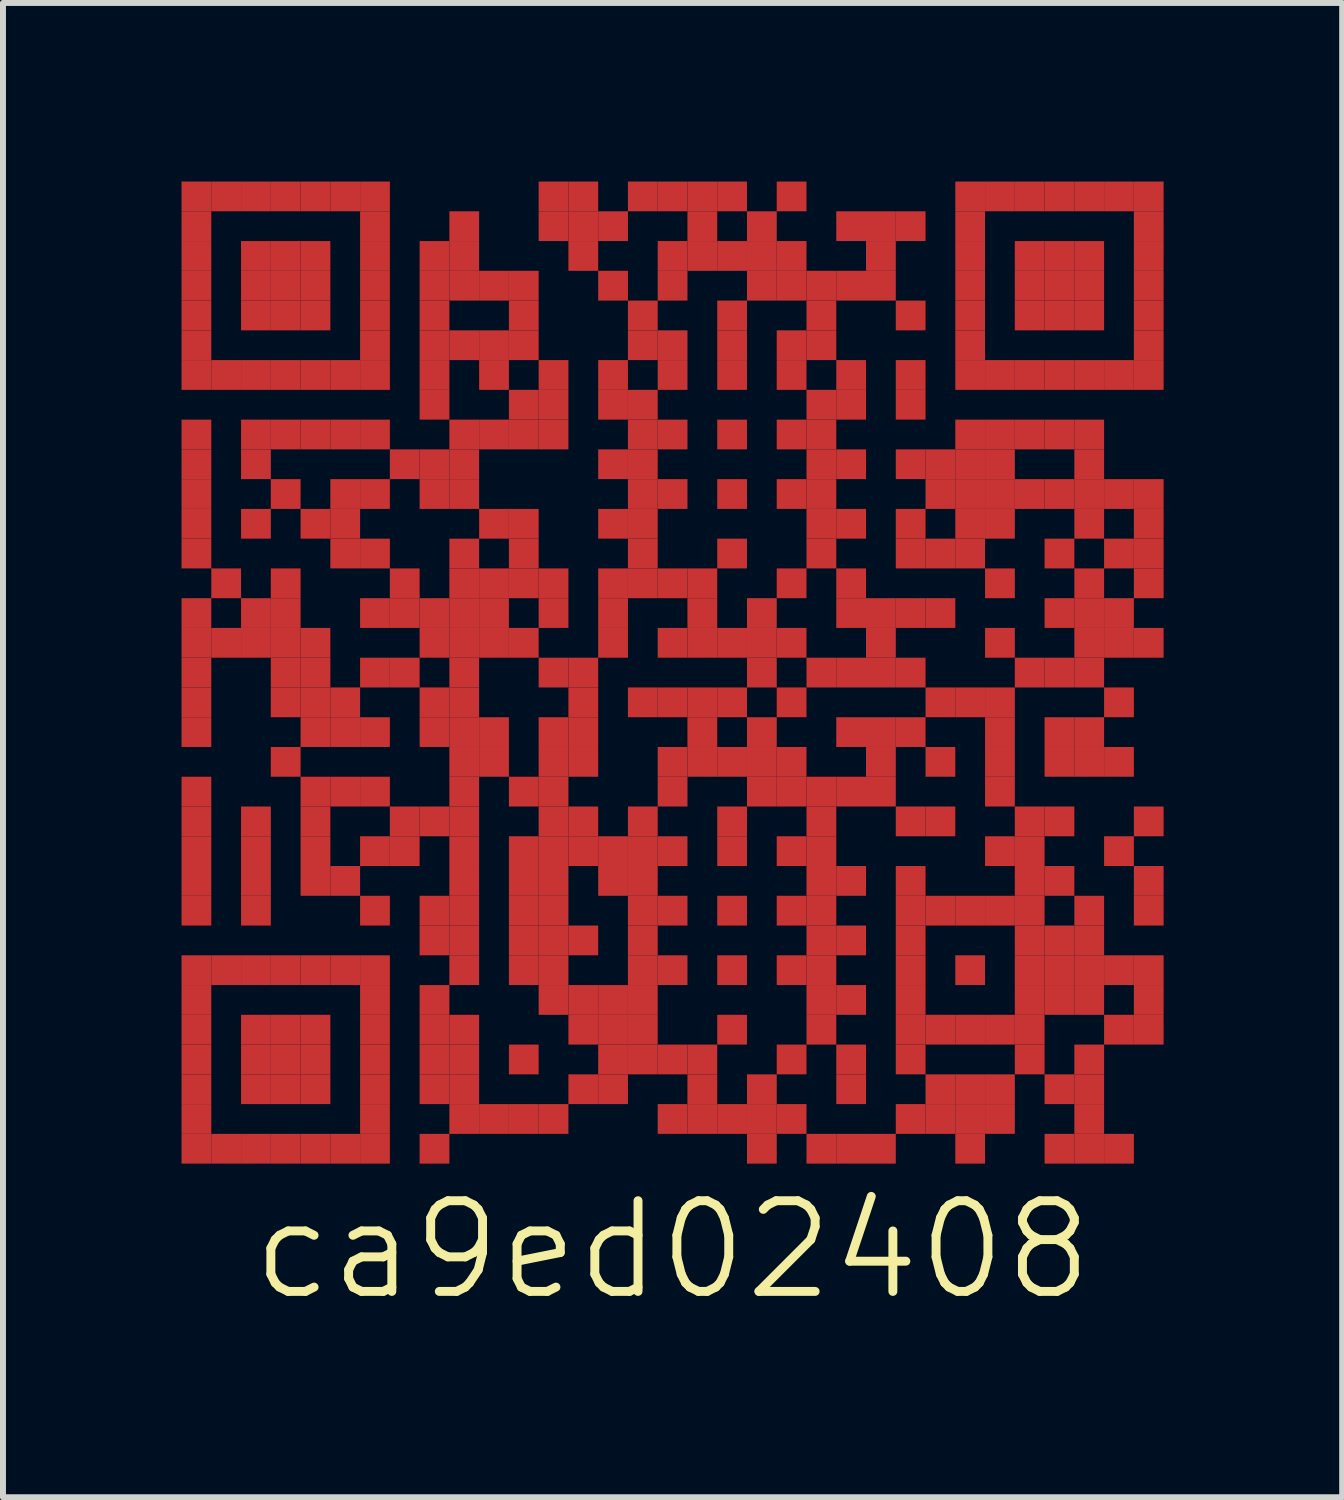
<source format=kicad_pcb>
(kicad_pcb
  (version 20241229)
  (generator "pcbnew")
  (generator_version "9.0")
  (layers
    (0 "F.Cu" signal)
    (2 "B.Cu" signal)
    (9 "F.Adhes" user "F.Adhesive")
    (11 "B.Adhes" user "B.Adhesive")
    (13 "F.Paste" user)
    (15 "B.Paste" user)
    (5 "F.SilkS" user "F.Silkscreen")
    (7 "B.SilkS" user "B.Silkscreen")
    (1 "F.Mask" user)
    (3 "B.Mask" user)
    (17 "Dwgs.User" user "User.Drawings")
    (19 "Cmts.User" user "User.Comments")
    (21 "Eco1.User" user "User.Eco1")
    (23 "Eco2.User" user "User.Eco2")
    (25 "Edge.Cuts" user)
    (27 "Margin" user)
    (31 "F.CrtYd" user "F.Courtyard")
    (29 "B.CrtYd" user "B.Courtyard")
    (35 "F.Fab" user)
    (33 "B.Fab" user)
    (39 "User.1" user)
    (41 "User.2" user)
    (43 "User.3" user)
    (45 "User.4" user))
  (footprint "ca9ed02408"
    (layer "F.Cu")
    (at 8.25 8.25)
    (property "Reference" "ca9ed02408" (at 0 9.7 0) (layer "F.SilkS") (effects (font (size 1.524 1.524) (thickness 0.15))))
    (attr through_hole)
    (pad "1" smd rect (at -8 -8) (size 0.5 0.5) (layers "F.Cu" "F.Mask"))
    (pad "1" smd rect (at -8 -7.5) (size 0.5 0.5) (layers "F.Cu" "F.Mask"))
    (pad "1" smd rect (at -8 -7) (size 0.5 0.5) (layers "F.Cu" "F.Mask"))
    (pad "1" smd rect (at -8 -6.5) (size 0.5 0.5) (layers "F.Cu" "F.Mask"))
    (pad "1" smd rect (at -8 -6) (size 0.5 0.5) (layers "F.Cu" "F.Mask"))
    (pad "1" smd rect (at -8 -5.5) (size 0.5 0.5) (layers "F.Cu" "F.Mask"))
    (pad "1" smd rect (at -8 -5) (size 0.5 0.5) (layers "F.Cu" "F.Mask"))
    (pad "1" smd rect (at -8 -4) (size 0.5 0.5) (layers "F.Cu" "F.Mask"))
    (pad "1" smd rect (at -8 -3.5) (size 0.5 0.5) (layers "F.Cu" "F.Mask"))
    (pad "1" smd rect (at -8 -3) (size 0.5 0.5) (layers "F.Cu" "F.Mask"))
    (pad "1" smd rect (at -8 -2.5) (size 0.5 0.5) (layers "F.Cu" "F.Mask"))
    (pad "1" smd rect (at -8 -2) (size 0.5 0.5) (layers "F.Cu" "F.Mask"))
    (pad "1" smd rect (at -8 -1) (size 0.5 0.5) (layers "F.Cu" "F.Mask"))
    (pad "1" smd rect (at -8 -0.5) (size 0.5 0.5) (layers "F.Cu" "F.Mask"))
    (pad "1" smd rect (at -8 0) (size 0.5 0.5) (layers "F.Cu" "F.Mask"))
    (pad "1" smd rect (at -8 0.5) (size 0.5 0.5) (layers "F.Cu" "F.Mask"))
    (pad "1" smd rect (at -8 1) (size 0.5 0.5) (layers "F.Cu" "F.Mask"))
    (pad "1" smd rect (at -8 2) (size 0.5 0.5) (layers "F.Cu" "F.Mask"))
    (pad "1" smd rect (at -8 2.5) (size 0.5 0.5) (layers "F.Cu" "F.Mask"))
    (pad "1" smd rect (at -8 3) (size 0.5 0.5) (layers "F.Cu" "F.Mask"))
    (pad "1" smd rect (at -8 3.5) (size 0.5 0.5) (layers "F.Cu" "F.Mask"))
    (pad "1" smd rect (at -8 4) (size 0.5 0.5) (layers "F.Cu" "F.Mask"))
    (pad "1" smd rect (at -8 5) (size 0.5 0.5) (layers "F.Cu" "F.Mask"))
    (pad "1" smd rect (at -8 5.5) (size 0.5 0.5) (layers "F.Cu" "F.Mask"))
    (pad "1" smd rect (at -8 6) (size 0.5 0.5) (layers "F.Cu" "F.Mask"))
    (pad "1" smd rect (at -8 6.5) (size 0.5 0.5) (layers "F.Cu" "F.Mask"))
    (pad "1" smd rect (at -8 7) (size 0.5 0.5) (layers "F.Cu" "F.Mask"))
    (pad "1" smd rect (at -8 7.5) (size 0.5 0.5) (layers "F.Cu" "F.Mask"))
    (pad "1" smd rect (at -8 8) (size 0.5 0.5) (layers "F.Cu" "F.Mask"))
    (pad "1" smd rect (at -7.5 -8) (size 0.5 0.5) (layers "F.Cu" "F.Mask"))
    (pad "1" smd rect (at -7.5 -5) (size 0.5 0.5) (layers "F.Cu" "F.Mask"))
    (pad "1" smd rect (at -7.5 -1.5) (size 0.5 0.5) (layers "F.Cu" "F.Mask"))
    (pad "1" smd rect (at -7.5 -0.5) (size 0.5 0.5) (layers "F.Cu" "F.Mask"))
    (pad "1" smd rect (at -7.5 5) (size 0.5 0.5) (layers "F.Cu" "F.Mask"))
    (pad "1" smd rect (at -7.5 8) (size 0.5 0.5) (layers "F.Cu" "F.Mask"))
    (pad "1" smd rect (at -7 -8) (size 0.5 0.5) (layers "F.Cu" "F.Mask"))
    (pad "1" smd rect (at -7 -7) (size 0.5 0.5) (layers "F.Cu" "F.Mask"))
    (pad "1" smd rect (at -7 -6.5) (size 0.5 0.5) (layers "F.Cu" "F.Mask"))
    (pad "1" smd rect (at -7 -6) (size 0.5 0.5) (layers "F.Cu" "F.Mask"))
    (pad "1" smd rect (at -7 -5) (size 0.5 0.5) (layers "F.Cu" "F.Mask"))
    (pad "1" smd rect (at -7 -4) (size 0.5 0.5) (layers "F.Cu" "F.Mask"))
    (pad "1" smd rect (at -7 -3.5) (size 0.5 0.5) (layers "F.Cu" "F.Mask"))
    (pad "1" smd rect (at -7 -2.5) (size 0.5 0.5) (layers "F.Cu" "F.Mask"))
    (pad "1" smd rect (at -7 -1) (size 0.5 0.5) (layers "F.Cu" "F.Mask"))
    (pad "1" smd rect (at -7 -0.5) (size 0.5 0.5) (layers "F.Cu" "F.Mask"))
    (pad "1" smd rect (at -7 2.5) (size 0.5 0.5) (layers "F.Cu" "F.Mask"))
    (pad "1" smd rect (at -7 3) (size 0.5 0.5) (layers "F.Cu" "F.Mask"))
    (pad "1" smd rect (at -7 3.5) (size 0.5 0.5) (layers "F.Cu" "F.Mask"))
    (pad "1" smd rect (at -7 4) (size 0.5 0.5) (layers "F.Cu" "F.Mask"))
    (pad "1" smd rect (at -7 5) (size 0.5 0.5) (layers "F.Cu" "F.Mask"))
    (pad "1" smd rect (at -7 6) (size 0.5 0.5) (layers "F.Cu" "F.Mask"))
    (pad "1" smd rect (at -7 6.5) (size 0.5 0.5) (layers "F.Cu" "F.Mask"))
    (pad "1" smd rect (at -7 7) (size 0.5 0.5) (layers "F.Cu" "F.Mask"))
    (pad "1" smd rect (at -7 8) (size 0.5 0.5) (layers "F.Cu" "F.Mask"))
    (pad "1" smd rect (at -6.5 -8) (size 0.5 0.5) (layers "F.Cu" "F.Mask"))
    (pad "1" smd rect (at -6.5 -7) (size 0.5 0.5) (layers "F.Cu" "F.Mask"))
    (pad "1" smd rect (at -6.5 -6.5) (size 0.5 0.5) (layers "F.Cu" "F.Mask"))
    (pad "1" smd rect (at -6.5 -6) (size 0.5 0.5) (layers "F.Cu" "F.Mask"))
    (pad "1" smd rect (at -6.5 -5) (size 0.5 0.5) (layers "F.Cu" "F.Mask"))
    (pad "1" smd rect (at -6.5 -4) (size 0.5 0.5) (layers "F.Cu" "F.Mask"))
    (pad "1" smd rect (at -6.5 -3) (size 0.5 0.5) (layers "F.Cu" "F.Mask"))
    (pad "1" smd rect (at -6.5 -1.5) (size 0.5 0.5) (layers "F.Cu" "F.Mask"))
    (pad "1" smd rect (at -6.5 -1) (size 0.5 0.5) (layers "F.Cu" "F.Mask"))
    (pad "1" smd rect (at -6.5 -0.5) (size 0.5 0.5) (layers "F.Cu" "F.Mask"))
    (pad "1" smd rect (at -6.5 0) (size 0.5 0.5) (layers "F.Cu" "F.Mask"))
    (pad "1" smd rect (at -6.5 0.5) (size 0.5 0.5) (layers "F.Cu" "F.Mask"))
    (pad "1" smd rect (at -6.5 1.5) (size 0.5 0.5) (layers "F.Cu" "F.Mask"))
    (pad "1" smd rect (at -6.5 5) (size 0.5 0.5) (layers "F.Cu" "F.Mask"))
    (pad "1" smd rect (at -6.5 6) (size 0.5 0.5) (layers "F.Cu" "F.Mask"))
    (pad "1" smd rect (at -6.5 6.5) (size 0.5 0.5) (layers "F.Cu" "F.Mask"))
    (pad "1" smd rect (at -6.5 7) (size 0.5 0.5) (layers "F.Cu" "F.Mask"))
    (pad "1" smd rect (at -6.5 8) (size 0.5 0.5) (layers "F.Cu" "F.Mask"))
    (pad "1" smd rect (at -6 -8) (size 0.5 0.5) (layers "F.Cu" "F.Mask"))
    (pad "1" smd rect (at -6 -7) (size 0.5 0.5) (layers "F.Cu" "F.Mask"))
    (pad "1" smd rect (at -6 -6.5) (size 0.5 0.5) (layers "F.Cu" "F.Mask"))
    (pad "1" smd rect (at -6 -6) (size 0.5 0.5) (layers "F.Cu" "F.Mask"))
    (pad "1" smd rect (at -6 -5) (size 0.5 0.5) (layers "F.Cu" "F.Mask"))
    (pad "1" smd rect (at -6 -4) (size 0.5 0.5) (layers "F.Cu" "F.Mask"))
    (pad "1" smd rect (at -6 -2.5) (size 0.5 0.5) (layers "F.Cu" "F.Mask"))
    (pad "1" smd rect (at -6 -0.5) (size 0.5 0.5) (layers "F.Cu" "F.Mask"))
    (pad "1" smd rect (at -6 0) (size 0.5 0.5) (layers "F.Cu" "F.Mask"))
    (pad "1" smd rect (at -6 0.5) (size 0.5 0.5) (layers "F.Cu" "F.Mask"))
    (pad "1" smd rect (at -6 1) (size 0.5 0.5) (layers "F.Cu" "F.Mask"))
    (pad "1" smd rect (at -6 2) (size 0.5 0.5) (layers "F.Cu" "F.Mask"))
    (pad "1" smd rect (at -6 2.5) (size 0.5 0.5) (layers "F.Cu" "F.Mask"))
    (pad "1" smd rect (at -6 3) (size 0.5 0.5) (layers "F.Cu" "F.Mask"))
    (pad "1" smd rect (at -6 3.5) (size 0.5 0.5) (layers "F.Cu" "F.Mask"))
    (pad "1" smd rect (at -6 5) (size 0.5 0.5) (layers "F.Cu" "F.Mask"))
    (pad "1" smd rect (at -6 6) (size 0.5 0.5) (layers "F.Cu" "F.Mask"))
    (pad "1" smd rect (at -6 6.5) (size 0.5 0.5) (layers "F.Cu" "F.Mask"))
    (pad "1" smd rect (at -6 7) (size 0.5 0.5) (layers "F.Cu" "F.Mask"))
    (pad "1" smd rect (at -6 8) (size 0.5 0.5) (layers "F.Cu" "F.Mask"))
    (pad "1" smd rect (at -5.5 -8) (size 0.5 0.5) (layers "F.Cu" "F.Mask"))
    (pad "1" smd rect (at -5.5 -5) (size 0.5 0.5) (layers "F.Cu" "F.Mask"))
    (pad "1" smd rect (at -5.5 -4) (size 0.5 0.5) (layers "F.Cu" "F.Mask"))
    (pad "1" smd rect (at -5.5 -3) (size 0.5 0.5) (layers "F.Cu" "F.Mask"))
    (pad "1" smd rect (at -5.5 -2.5) (size 0.5 0.5) (layers "F.Cu" "F.Mask"))
    (pad "1" smd rect (at -5.5 -2) (size 0.5 0.5) (layers "F.Cu" "F.Mask"))
    (pad "1" smd rect (at -5.5 0.5) (size 0.5 0.5) (layers "F.Cu" "F.Mask"))
    (pad "1" smd rect (at -5.5 1) (size 0.5 0.5) (layers "F.Cu" "F.Mask"))
    (pad "1" smd rect (at -5.5 2) (size 0.5 0.5) (layers "F.Cu" "F.Mask"))
    (pad "1" smd rect (at -5.5 3.5) (size 0.5 0.5) (layers "F.Cu" "F.Mask"))
    (pad "1" smd rect (at -5.5 5) (size 0.5 0.5) (layers "F.Cu" "F.Mask"))
    (pad "1" smd rect (at -5.5 8) (size 0.5 0.5) (layers "F.Cu" "F.Mask"))
    (pad "1" smd rect (at -5 -8) (size 0.5 0.5) (layers "F.Cu" "F.Mask"))
    (pad "1" smd rect (at -5 -7.5) (size 0.5 0.5) (layers "F.Cu" "F.Mask"))
    (pad "1" smd rect (at -5 -7) (size 0.5 0.5) (layers "F.Cu" "F.Mask"))
    (pad "1" smd rect (at -5 -6.5) (size 0.5 0.5) (layers "F.Cu" "F.Mask"))
    (pad "1" smd rect (at -5 -6) (size 0.5 0.5) (layers "F.Cu" "F.Mask"))
    (pad "1" smd rect (at -5 -5.5) (size 0.5 0.5) (layers "F.Cu" "F.Mask"))
    (pad "1" smd rect (at -5 -5) (size 0.5 0.5) (layers "F.Cu" "F.Mask"))
    (pad "1" smd rect (at -5 -4) (size 0.5 0.5) (layers "F.Cu" "F.Mask"))
    (pad "1" smd rect (at -5 -3) (size 0.5 0.5) (layers "F.Cu" "F.Mask"))
    (pad "1" smd rect (at -5 -2) (size 0.5 0.5) (layers "F.Cu" "F.Mask"))
    (pad "1" smd rect (at -5 -1) (size 0.5 0.5) (layers "F.Cu" "F.Mask"))
    (pad "1" smd rect (at -5 0) (size 0.5 0.5) (layers "F.Cu" "F.Mask"))
    (pad "1" smd rect (at -5 1) (size 0.5 0.5) (layers "F.Cu" "F.Mask"))
    (pad "1" smd rect (at -5 2) (size 0.5 0.5) (layers "F.Cu" "F.Mask"))
    (pad "1" smd rect (at -5 3) (size 0.5 0.5) (layers "F.Cu" "F.Mask"))
    (pad "1" smd rect (at -5 4) (size 0.5 0.5) (layers "F.Cu" "F.Mask"))
    (pad "1" smd rect (at -5 5) (size 0.5 0.5) (layers "F.Cu" "F.Mask"))
    (pad "1" smd rect (at -5 5.5) (size 0.5 0.5) (layers "F.Cu" "F.Mask"))
    (pad "1" smd rect (at -5 6) (size 0.5 0.5) (layers "F.Cu" "F.Mask"))
    (pad "1" smd rect (at -5 6.5) (size 0.5 0.5) (layers "F.Cu" "F.Mask"))
    (pad "1" smd rect (at -5 7) (size 0.5 0.5) (layers "F.Cu" "F.Mask"))
    (pad "1" smd rect (at -5 7.5) (size 0.5 0.5) (layers "F.Cu" "F.Mask"))
    (pad "1" smd rect (at -5 8) (size 0.5 0.5) (layers "F.Cu" "F.Mask"))
    (pad "1" smd rect (at -4.5 -3.5) (size 0.5 0.5) (layers "F.Cu" "F.Mask"))
    (pad "1" smd rect (at -4.5 -1.5) (size 0.5 0.5) (layers "F.Cu" "F.Mask"))
    (pad "1" smd rect (at -4.5 -1) (size 0.5 0.5) (layers "F.Cu" "F.Mask"))
    (pad "1" smd rect (at -4.5 0) (size 0.5 0.5) (layers "F.Cu" "F.Mask"))
    (pad "1" smd rect (at -4.5 2.5) (size 0.5 0.5) (layers "F.Cu" "F.Mask"))
    (pad "1" smd rect (at -4.5 3) (size 0.5 0.5) (layers "F.Cu" "F.Mask"))
    (pad "1" smd rect (at -4 -7) (size 0.5 0.5) (layers "F.Cu" "F.Mask"))
    (pad "1" smd rect (at -4 -6.5) (size 0.5 0.5) (layers "F.Cu" "F.Mask"))
    (pad "1" smd rect (at -4 -6) (size 0.5 0.5) (layers "F.Cu" "F.Mask"))
    (pad "1" smd rect (at -4 -5.5) (size 0.5 0.5) (layers "F.Cu" "F.Mask"))
    (pad "1" smd rect (at -4 -5) (size 0.5 0.5) (layers "F.Cu" "F.Mask"))
    (pad "1" smd rect (at -4 -4.5) (size 0.5 0.5) (layers "F.Cu" "F.Mask"))
    (pad "1" smd rect (at -4 -3.5) (size 0.5 0.5) (layers "F.Cu" "F.Mask"))
    (pad "1" smd rect (at -4 -3) (size 0.5 0.5) (layers "F.Cu" "F.Mask"))
    (pad "1" smd rect (at -4 -1) (size 0.5 0.5) (layers "F.Cu" "F.Mask"))
    (pad "1" smd rect (at -4 -0.5) (size 0.5 0.5) (layers "F.Cu" "F.Mask"))
    (pad "1" smd rect (at -4 0.5) (size 0.5 0.5) (layers "F.Cu" "F.Mask"))
    (pad "1" smd rect (at -4 1) (size 0.5 0.5) (layers "F.Cu" "F.Mask"))
    (pad "1" smd rect (at -4 2.5) (size 0.5 0.5) (layers "F.Cu" "F.Mask"))
    (pad "1" smd rect (at -4 4) (size 0.5 0.5) (layers "F.Cu" "F.Mask"))
    (pad "1" smd rect (at -4 4.5) (size 0.5 0.5) (layers "F.Cu" "F.Mask"))
    (pad "1" smd rect (at -4 5.5) (size 0.5 0.5) (layers "F.Cu" "F.Mask"))
    (pad "1" smd rect (at -4 6) (size 0.5 0.5) (layers "F.Cu" "F.Mask"))
    (pad "1" smd rect (at -4 6.5) (size 0.5 0.5) (layers "F.Cu" "F.Mask"))
    (pad "1" smd rect (at -4 7) (size 0.5 0.5) (layers "F.Cu" "F.Mask"))
    (pad "1" smd rect (at -4 8) (size 0.5 0.5) (layers "F.Cu" "F.Mask"))
    (pad "1" smd rect (at -3.5 -7.5) (size 0.5 0.5) (layers "F.Cu" "F.Mask"))
    (pad "1" smd rect (at -3.5 -7) (size 0.5 0.5) (layers "F.Cu" "F.Mask"))
    (pad "1" smd rect (at -3.5 -6.5) (size 0.5 0.5) (layers "F.Cu" "F.Mask"))
    (pad "1" smd rect (at -3.5 -5.5) (size 0.5 0.5) (layers "F.Cu" "F.Mask"))
    (pad "1" smd rect (at -3.5 -4) (size 0.5 0.5) (layers "F.Cu" "F.Mask"))
    (pad "1" smd rect (at -3.5 -3.5) (size 0.5 0.5) (layers "F.Cu" "F.Mask"))
    (pad "1" smd rect (at -3.5 -3) (size 0.5 0.5) (layers "F.Cu" "F.Mask"))
    (pad "1" smd rect (at -3.5 -2) (size 0.5 0.5) (layers "F.Cu" "F.Mask"))
    (pad "1" smd rect (at -3.5 -1.5) (size 0.5 0.5) (layers "F.Cu" "F.Mask"))
    (pad "1" smd rect (at -3.5 -1) (size 0.5 0.5) (layers "F.Cu" "F.Mask"))
    (pad "1" smd rect (at -3.5 -0.5) (size 0.5 0.5) (layers "F.Cu" "F.Mask"))
    (pad "1" smd rect (at -3.5 0) (size 0.5 0.5) (layers "F.Cu" "F.Mask"))
    (pad "1" smd rect (at -3.5 0.5) (size 0.5 0.5) (layers "F.Cu" "F.Mask"))
    (pad "1" smd rect (at -3.5 1) (size 0.5 0.5) (layers "F.Cu" "F.Mask"))
    (pad "1" smd rect (at -3.5 1.5) (size 0.5 0.5) (layers "F.Cu" "F.Mask"))
    (pad "1" smd rect (at -3.5 2) (size 0.5 0.5) (layers "F.Cu" "F.Mask"))
    (pad "1" smd rect (at -3.5 2.5) (size 0.5 0.5) (layers "F.Cu" "F.Mask"))
    (pad "1" smd rect (at -3.5 3) (size 0.5 0.5) (layers "F.Cu" "F.Mask"))
    (pad "1" smd rect (at -3.5 3.5) (size 0.5 0.5) (layers "F.Cu" "F.Mask"))
    (pad "1" smd rect (at -3.5 4) (size 0.5 0.5) (layers "F.Cu" "F.Mask"))
    (pad "1" smd rect (at -3.5 4.5) (size 0.5 0.5) (layers "F.Cu" "F.Mask"))
    (pad "1" smd rect (at -3.5 5) (size 0.5 0.5) (layers "F.Cu" "F.Mask"))
    (pad "1" smd rect (at -3.5 6) (size 0.5 0.5) (layers "F.Cu" "F.Mask"))
    (pad "1" smd rect (at -3.5 6.5) (size 0.5 0.5) (layers "F.Cu" "F.Mask"))
    (pad "1" smd rect (at -3.5 7) (size 0.5 0.5) (layers "F.Cu" "F.Mask"))
    (pad "1" smd rect (at -3.5 7.5) (size 0.5 0.5) (layers "F.Cu" "F.Mask"))
    (pad "1" smd rect (at -3 -6.5) (size 0.5 0.5) (layers "F.Cu" "F.Mask"))
    (pad "1" smd rect (at -3 -5.5) (size 0.5 0.5) (layers "F.Cu" "F.Mask"))
    (pad "1" smd rect (at -3 -5) (size 0.5 0.5) (layers "F.Cu" "F.Mask"))
    (pad "1" smd rect (at -3 -4) (size 0.5 0.5) (layers "F.Cu" "F.Mask"))
    (pad "1" smd rect (at -3 -2.5) (size 0.5 0.5) (layers "F.Cu" "F.Mask"))
    (pad "1" smd rect (at -3 -1.5) (size 0.5 0.5) (layers "F.Cu" "F.Mask"))
    (pad "1" smd rect (at -3 -1) (size 0.5 0.5) (layers "F.Cu" "F.Mask"))
    (pad "1" smd rect (at -3 -0.5) (size 0.5 0.5) (layers "F.Cu" "F.Mask"))
    (pad "1" smd rect (at -3 1) (size 0.5 0.5) (layers "F.Cu" "F.Mask"))
    (pad "1" smd rect (at -3 1.5) (size 0.5 0.5) (layers "F.Cu" "F.Mask"))
    (pad "1" smd rect (at -3 7.5) (size 0.5 0.5) (layers "F.Cu" "F.Mask"))
    (pad "1" smd rect (at -2.5 -6.5) (size 0.5 0.5) (layers "F.Cu" "F.Mask"))
    (pad "1" smd rect (at -2.5 -6) (size 0.5 0.5) (layers "F.Cu" "F.Mask"))
    (pad "1" smd rect (at -2.5 -5.5) (size 0.5 0.5) (layers "F.Cu" "F.Mask"))
    (pad "1" smd rect (at -2.5 -4.5) (size 0.5 0.5) (layers "F.Cu" "F.Mask"))
    (pad "1" smd rect (at -2.5 -4) (size 0.5 0.5) (layers "F.Cu" "F.Mask"))
    (pad "1" smd rect (at -2.5 -2.5) (size 0.5 0.5) (layers "F.Cu" "F.Mask"))
    (pad "1" smd rect (at -2.5 -2) (size 0.5 0.5) (layers "F.Cu" "F.Mask"))
    (pad "1" smd rect (at -2.5 -1.5) (size 0.5 0.5) (layers "F.Cu" "F.Mask"))
    (pad "1" smd rect (at -2.5 -0.5) (size 0.5 0.5) (layers "F.Cu" "F.Mask"))
    (pad "1" smd rect (at -2.5 2) (size 0.5 0.5) (layers "F.Cu" "F.Mask"))
    (pad "1" smd rect (at -2.5 3) (size 0.5 0.5) (layers "F.Cu" "F.Mask"))
    (pad "1" smd rect (at -2.5 3.5) (size 0.5 0.5) (layers "F.Cu" "F.Mask"))
    (pad "1" smd rect (at -2.5 4) (size 0.5 0.5) (layers "F.Cu" "F.Mask"))
    (pad "1" smd rect (at -2.5 4.5) (size 0.5 0.5) (layers "F.Cu" "F.Mask"))
    (pad "1" smd rect (at -2.5 5) (size 0.5 0.5) (layers "F.Cu" "F.Mask"))
    (pad "1" smd rect (at -2.5 6.5) (size 0.5 0.5) (layers "F.Cu" "F.Mask"))
    (pad "1" smd rect (at -2.5 7.5) (size 0.5 0.5) (layers "F.Cu" "F.Mask"))
    (pad "1" smd rect (at -2 -8) (size 0.5 0.5) (layers "F.Cu" "F.Mask"))
    (pad "1" smd rect (at -2 -7.5) (size 0.5 0.5) (layers "F.Cu" "F.Mask"))
    (pad "1" smd rect (at -2 -5) (size 0.5 0.5) (layers "F.Cu" "F.Mask"))
    (pad "1" smd rect (at -2 -4.5) (size 0.5 0.5) (layers "F.Cu" "F.Mask"))
    (pad "1" smd rect (at -2 -4) (size 0.5 0.5) (layers "F.Cu" "F.Mask"))
    (pad "1" smd rect (at -2 -1.5) (size 0.5 0.5) (layers "F.Cu" "F.Mask"))
    (pad "1" smd rect (at -2 -1) (size 0.5 0.5) (layers "F.Cu" "F.Mask"))
    (pad "1" smd rect (at -2 0) (size 0.5 0.5) (layers "F.Cu" "F.Mask"))
    (pad "1" smd rect (at -2 1) (size 0.5 0.5) (layers "F.Cu" "F.Mask"))
    (pad "1" smd rect (at -2 1.5) (size 0.5 0.5) (layers "F.Cu" "F.Mask"))
    (pad "1" smd rect (at -2 2) (size 0.5 0.5) (layers "F.Cu" "F.Mask"))
    (pad "1" smd rect (at -2 2.5) (size 0.5 0.5) (layers "F.Cu" "F.Mask"))
    (pad "1" smd rect (at -2 3) (size 0.5 0.5) (layers "F.Cu" "F.Mask"))
    (pad "1" smd rect (at -2 3.5) (size 0.5 0.5) (layers "F.Cu" "F.Mask"))
    (pad "1" smd rect (at -2 4) (size 0.5 0.5) (layers "F.Cu" "F.Mask"))
    (pad "1" smd rect (at -2 4.5) (size 0.5 0.5) (layers "F.Cu" "F.Mask"))
    (pad "1" smd rect (at -2 5) (size 0.5 0.5) (layers "F.Cu" "F.Mask"))
    (pad "1" smd rect (at -2 5.5) (size 0.5 0.5) (layers "F.Cu" "F.Mask"))
    (pad "1" smd rect (at -2 7.5) (size 0.5 0.5) (layers "F.Cu" "F.Mask"))
    (pad "1" smd rect (at -1.5 -8) (size 0.5 0.5) (layers "F.Cu" "F.Mask"))
    (pad "1" smd rect (at -1.5 -7.5) (size 0.5 0.5) (layers "F.Cu" "F.Mask"))
    (pad "1" smd rect (at -1.5 -7) (size 0.5 0.5) (layers "F.Cu" "F.Mask"))
    (pad "1" smd rect (at -1.5 0) (size 0.5 0.5) (layers "F.Cu" "F.Mask"))
    (pad "1" smd rect (at -1.5 0.5) (size 0.5 0.5) (layers "F.Cu" "F.Mask"))
    (pad "1" smd rect (at -1.5 1) (size 0.5 0.5) (layers "F.Cu" "F.Mask"))
    (pad "1" smd rect (at -1.5 1.5) (size 0.5 0.5) (layers "F.Cu" "F.Mask"))
    (pad "1" smd rect (at -1.5 2.5) (size 0.5 0.5) (layers "F.Cu" "F.Mask"))
    (pad "1" smd rect (at -1.5 3) (size 0.5 0.5) (layers "F.Cu" "F.Mask"))
    (pad "1" smd rect (at -1.5 4.5) (size 0.5 0.5) (layers "F.Cu" "F.Mask"))
    (pad "1" smd rect (at -1.5 5.5) (size 0.5 0.5) (layers "F.Cu" "F.Mask"))
    (pad "1" smd rect (at -1.5 6) (size 0.5 0.5) (layers "F.Cu" "F.Mask"))
    (pad "1" smd rect (at -1.5 7) (size 0.5 0.5) (layers "F.Cu" "F.Mask"))
    (pad "1" smd rect (at -1 -7.5) (size 0.5 0.5) (layers "F.Cu" "F.Mask"))
    (pad "1" smd rect (at -1 -6.5) (size 0.5 0.5) (layers "F.Cu" "F.Mask"))
    (pad "1" smd rect (at -1 -5) (size 0.5 0.5) (layers "F.Cu" "F.Mask"))
    (pad "1" smd rect (at -1 -4.5) (size 0.5 0.5) (layers "F.Cu" "F.Mask"))
    (pad "1" smd rect (at -1 -3.5) (size 0.5 0.5) (layers "F.Cu" "F.Mask"))
    (pad "1" smd rect (at -1 -2.5) (size 0.5 0.5) (layers "F.Cu" "F.Mask"))
    (pad "1" smd rect (at -1 -1.5) (size 0.5 0.5) (layers "F.Cu" "F.Mask"))
    (pad "1" smd rect (at -1 -1) (size 0.5 0.5) (layers "F.Cu" "F.Mask"))
    (pad "1" smd rect (at -1 -0.5) (size 0.5 0.5) (layers "F.Cu" "F.Mask"))
    (pad "1" smd rect (at -1 3) (size 0.5 0.5) (layers "F.Cu" "F.Mask"))
    (pad "1" smd rect (at -1 3.5) (size 0.5 0.5) (layers "F.Cu" "F.Mask"))
    (pad "1" smd rect (at -1 5.5) (size 0.5 0.5) (layers "F.Cu" "F.Mask"))
    (pad "1" smd rect (at -1 6) (size 0.5 0.5) (layers "F.Cu" "F.Mask"))
    (pad "1" smd rect (at -1 6.5) (size 0.5 0.5) (layers "F.Cu" "F.Mask"))
    (pad "1" smd rect (at -1 7) (size 0.5 0.5) (layers "F.Cu" "F.Mask"))
    (pad "1" smd rect (at -0.5 -8) (size 0.5 0.5) (layers "F.Cu" "F.Mask"))
    (pad "1" smd rect (at -0.5 -6) (size 0.5 0.5) (layers "F.Cu" "F.Mask"))
    (pad "1" smd rect (at -0.5 -5.5) (size 0.5 0.5) (layers "F.Cu" "F.Mask"))
    (pad "1" smd rect (at -0.5 -4.5) (size 0.5 0.5) (layers "F.Cu" "F.Mask"))
    (pad "1" smd rect (at -0.5 -4) (size 0.5 0.5) (layers "F.Cu" "F.Mask"))
    (pad "1" smd rect (at -0.5 -3.5) (size 0.5 0.5) (layers "F.Cu" "F.Mask"))
    (pad "1" smd rect (at -0.5 -3) (size 0.5 0.5) (layers "F.Cu" "F.Mask"))
    (pad "1" smd rect (at -0.5 -2.5) (size 0.5 0.5) (layers "F.Cu" "F.Mask"))
    (pad "1" smd rect (at -0.5 -2) (size 0.5 0.5) (layers "F.Cu" "F.Mask"))
    (pad "1" smd rect (at -0.5 -1.5) (size 0.5 0.5) (layers "F.Cu" "F.Mask"))
    (pad "1" smd rect (at -0.5 0.5) (size 0.5 0.5) (layers "F.Cu" "F.Mask"))
    (pad "1" smd rect (at -0.5 2.5) (size 0.5 0.5) (layers "F.Cu" "F.Mask"))
    (pad "1" smd rect (at -0.5 3) (size 0.5 0.5) (layers "F.Cu" "F.Mask"))
    (pad "1" smd rect (at -0.5 3.5) (size 0.5 0.5) (layers "F.Cu" "F.Mask"))
    (pad "1" smd rect (at -0.5 4) (size 0.5 0.5) (layers "F.Cu" "F.Mask"))
    (pad "1" smd rect (at -0.5 4.5) (size 0.5 0.5) (layers "F.Cu" "F.Mask"))
    (pad "1" smd rect (at -0.5 5) (size 0.5 0.5) (layers "F.Cu" "F.Mask"))
    (pad "1" smd rect (at -0.5 5.5) (size 0.5 0.5) (layers "F.Cu" "F.Mask"))
    (pad "1" smd rect (at -0.5 6) (size 0.5 0.5) (layers "F.Cu" "F.Mask"))
    (pad "1" smd rect (at -0.5 6.5) (size 0.5 0.5) (layers "F.Cu" "F.Mask"))
    (pad "1" smd rect (at 0 -8) (size 0.5 0.5) (layers "F.Cu" "F.Mask"))
    (pad "1" smd rect (at 0 -7) (size 0.5 0.5) (layers "F.Cu" "F.Mask"))
    (pad "1" smd rect (at 0 -6.5) (size 0.5 0.5) (layers "F.Cu" "F.Mask"))
    (pad "1" smd rect (at 0 -5.5) (size 0.5 0.5) (layers "F.Cu" "F.Mask"))
    (pad "1" smd rect (at 0 -5) (size 0.5 0.5) (layers "F.Cu" "F.Mask"))
    (pad "1" smd rect (at 0 -4) (size 0.5 0.5) (layers "F.Cu" "F.Mask"))
    (pad "1" smd rect (at 0 -3) (size 0.5 0.5) (layers "F.Cu" "F.Mask"))
    (pad "1" smd rect (at 0 -1.5) (size 0.5 0.5) (layers "F.Cu" "F.Mask"))
    (pad "1" smd rect (at 0 -0.5) (size 0.5 0.5) (layers "F.Cu" "F.Mask"))
    (pad "1" smd rect (at 0 0.5) (size 0.5 0.5) (layers "F.Cu" "F.Mask"))
    (pad "1" smd rect (at 0 1.5) (size 0.5 0.5) (layers "F.Cu" "F.Mask"))
    (pad "1" smd rect (at 0 2) (size 0.5 0.5) (layers "F.Cu" "F.Mask"))
    (pad "1" smd rect (at 0 3) (size 0.5 0.5) (layers "F.Cu" "F.Mask"))
    (pad "1" smd rect (at 0 4) (size 0.5 0.5) (layers "F.Cu" "F.Mask"))
    (pad "1" smd rect (at 0 5) (size 0.5 0.5) (layers "F.Cu" "F.Mask"))
    (pad "1" smd rect (at 0 6.5) (size 0.5 0.5) (layers "F.Cu" "F.Mask"))
    (pad "1" smd rect (at 0 7.5) (size 0.5 0.5) (layers "F.Cu" "F.Mask"))
    (pad "1" smd rect (at 0.5 -8) (size 0.5 0.5) (layers "F.Cu" "F.Mask"))
    (pad "1" smd rect (at 0.5 -7.5) (size 0.5 0.5) (layers "F.Cu" "F.Mask"))
    (pad "1" smd rect (at 0.5 -7) (size 0.5 0.5) (layers "F.Cu" "F.Mask"))
    (pad "1" smd rect (at 0.5 -1.5) (size 0.5 0.5) (layers "F.Cu" "F.Mask"))
    (pad "1" smd rect (at 0.5 -1) (size 0.5 0.5) (layers "F.Cu" "F.Mask"))
    (pad "1" smd rect (at 0.5 -0.5) (size 0.5 0.5) (layers "F.Cu" "F.Mask"))
    (pad "1" smd rect (at 0.5 0.5) (size 0.5 0.5) (layers "F.Cu" "F.Mask"))
    (pad "1" smd rect (at 0.5 1) (size 0.5 0.5) (layers "F.Cu" "F.Mask"))
    (pad "1" smd rect (at 0.5 1.5) (size 0.5 0.5) (layers "F.Cu" "F.Mask"))
    (pad "1" smd rect (at 0.5 6.5) (size 0.5 0.5) (layers "F.Cu" "F.Mask"))
    (pad "1" smd rect (at 0.5 7) (size 0.5 0.5) (layers "F.Cu" "F.Mask"))
    (pad "1" smd rect (at 0.5 7.5) (size 0.5 0.5) (layers "F.Cu" "F.Mask"))
    (pad "1" smd rect (at 1 -8) (size 0.5 0.5) (layers "F.Cu" "F.Mask"))
    (pad "1" smd rect (at 1 -7) (size 0.5 0.5) (layers "F.Cu" "F.Mask"))
    (pad "1" smd rect (at 1 -6) (size 0.5 0.5) (layers "F.Cu" "F.Mask"))
    (pad "1" smd rect (at 1 -5.5) (size 0.5 0.5) (layers "F.Cu" "F.Mask"))
    (pad "1" smd rect (at 1 -5) (size 0.5 0.5) (layers "F.Cu" "F.Mask"))
    (pad "1" smd rect (at 1 -4) (size 0.5 0.5) (layers "F.Cu" "F.Mask"))
    (pad "1" smd rect (at 1 -3) (size 0.5 0.5) (layers "F.Cu" "F.Mask"))
    (pad "1" smd rect (at 1 -2) (size 0.5 0.5) (layers "F.Cu" "F.Mask"))
    (pad "1" smd rect (at 1 -0.5) (size 0.5 0.5) (layers "F.Cu" "F.Mask"))
    (pad "1" smd rect (at 1 0.5) (size 0.5 0.5) (layers "F.Cu" "F.Mask"))
    (pad "1" smd rect (at 1 1.5) (size 0.5 0.5) (layers "F.Cu" "F.Mask"))
    (pad "1" smd rect (at 1 2.5) (size 0.5 0.5) (layers "F.Cu" "F.Mask"))
    (pad "1" smd rect (at 1 3) (size 0.5 0.5) (layers "F.Cu" "F.Mask"))
    (pad "1" smd rect (at 1 4) (size 0.5 0.5) (layers "F.Cu" "F.Mask"))
    (pad "1" smd rect (at 1 5) (size 0.5 0.5) (layers "F.Cu" "F.Mask"))
    (pad "1" smd rect (at 1 6) (size 0.5 0.5) (layers "F.Cu" "F.Mask"))
    (pad "1" smd rect (at 1 7.5) (size 0.5 0.5) (layers "F.Cu" "F.Mask"))
    (pad "1" smd rect (at 1.5 -7.5) (size 0.5 0.5) (layers "F.Cu" "F.Mask"))
    (pad "1" smd rect (at 1.5 -7) (size 0.5 0.5) (layers "F.Cu" "F.Mask"))
    (pad "1" smd rect (at 1.5 -6.5) (size 0.5 0.5) (layers "F.Cu" "F.Mask"))
    (pad "1" smd rect (at 1.5 -1) (size 0.5 0.5) (layers "F.Cu" "F.Mask"))
    (pad "1" smd rect (at 1.5 -0.5) (size 0.5 0.5) (layers "F.Cu" "F.Mask"))
    (pad "1" smd rect (at 1.5 0) (size 0.5 0.5) (layers "F.Cu" "F.Mask"))
    (pad "1" smd rect (at 1.5 1) (size 0.5 0.5) (layers "F.Cu" "F.Mask"))
    (pad "1" smd rect (at 1.5 1.5) (size 0.5 0.5) (layers "F.Cu" "F.Mask"))
    (pad "1" smd rect (at 1.5 2) (size 0.5 0.5) (layers "F.Cu" "F.Mask"))
    (pad "1" smd rect (at 1.5 7) (size 0.5 0.5) (layers "F.Cu" "F.Mask"))
    (pad "1" smd rect (at 1.5 7.5) (size 0.5 0.5) (layers "F.Cu" "F.Mask"))
    (pad "1" smd rect (at 1.5 8) (size 0.5 0.5) (layers "F.Cu" "F.Mask"))
    (pad "1" smd rect (at 2 -8) (size 0.5 0.5) (layers "F.Cu" "F.Mask"))
    (pad "1" smd rect (at 2 -7) (size 0.5 0.5) (layers "F.Cu" "F.Mask"))
    (pad "1" smd rect (at 2 -6.5) (size 0.5 0.5) (layers "F.Cu" "F.Mask"))
    (pad "1" smd rect (at 2 -5.5) (size 0.5 0.5) (layers "F.Cu" "F.Mask"))
    (pad "1" smd rect (at 2 -5) (size 0.5 0.5) (layers "F.Cu" "F.Mask"))
    (pad "1" smd rect (at 2 -4) (size 0.5 0.5) (layers "F.Cu" "F.Mask"))
    (pad "1" smd rect (at 2 -3) (size 0.5 0.5) (layers "F.Cu" "F.Mask"))
    (pad "1" smd rect (at 2 -1.5) (size 0.5 0.5) (layers "F.Cu" "F.Mask"))
    (pad "1" smd rect (at 2 -0.5) (size 0.5 0.5) (layers "F.Cu" "F.Mask"))
    (pad "1" smd rect (at 2 0.5) (size 0.5 0.5) (layers "F.Cu" "F.Mask"))
    (pad "1" smd rect (at 2 1.5) (size 0.5 0.5) (layers "F.Cu" "F.Mask"))
    (pad "1" smd rect (at 2 2) (size 0.5 0.5) (layers "F.Cu" "F.Mask"))
    (pad "1" smd rect (at 2 3) (size 0.5 0.5) (layers "F.Cu" "F.Mask"))
    (pad "1" smd rect (at 2 4) (size 0.5 0.5) (layers "F.Cu" "F.Mask"))
    (pad "1" smd rect (at 2 5) (size 0.5 0.5) (layers "F.Cu" "F.Mask"))
    (pad "1" smd rect (at 2 6.5) (size 0.5 0.5) (layers "F.Cu" "F.Mask"))
    (pad "1" smd rect (at 2 7.5) (size 0.5 0.5) (layers "F.Cu" "F.Mask"))
    (pad "1" smd rect (at 2.5 -6.5) (size 0.5 0.5) (layers "F.Cu" "F.Mask"))
    (pad "1" smd rect (at 2.5 -6) (size 0.5 0.5) (layers "F.Cu" "F.Mask"))
    (pad "1" smd rect (at 2.5 -5.5) (size 0.5 0.5) (layers "F.Cu" "F.Mask"))
    (pad "1" smd rect (at 2.5 -4.5) (size 0.5 0.5) (layers "F.Cu" "F.Mask"))
    (pad "1" smd rect (at 2.5 -4) (size 0.5 0.5) (layers "F.Cu" "F.Mask"))
    (pad "1" smd rect (at 2.5 -3.5) (size 0.5 0.5) (layers "F.Cu" "F.Mask"))
    (pad "1" smd rect (at 2.5 -3) (size 0.5 0.5) (layers "F.Cu" "F.Mask"))
    (pad "1" smd rect (at 2.5 -2.5) (size 0.5 0.5) (layers "F.Cu" "F.Mask"))
    (pad "1" smd rect (at 2.5 -2) (size 0.5 0.5) (layers "F.Cu" "F.Mask"))
    (pad "1" smd rect (at 2.5 0) (size 0.5 0.5) (layers "F.Cu" "F.Mask"))
    (pad "1" smd rect (at 2.5 2) (size 0.5 0.5) (layers "F.Cu" "F.Mask"))
    (pad "1" smd rect (at 2.5 2.5) (size 0.5 0.5) (layers "F.Cu" "F.Mask"))
    (pad "1" smd rect (at 2.5 3) (size 0.5 0.5) (layers "F.Cu" "F.Mask"))
    (pad "1" smd rect (at 2.5 3.5) (size 0.5 0.5) (layers "F.Cu" "F.Mask"))
    (pad "1" smd rect (at 2.5 4) (size 0.5 0.5) (layers "F.Cu" "F.Mask"))
    (pad "1" smd rect (at 2.5 4.5) (size 0.5 0.5) (layers "F.Cu" "F.Mask"))
    (pad "1" smd rect (at 2.5 5) (size 0.5 0.5) (layers "F.Cu" "F.Mask"))
    (pad "1" smd rect (at 2.5 5.5) (size 0.5 0.5) (layers "F.Cu" "F.Mask"))
    (pad "1" smd rect (at 2.5 6) (size 0.5 0.5) (layers "F.Cu" "F.Mask"))
    (pad "1" smd rect (at 2.5 8) (size 0.5 0.5) (layers "F.Cu" "F.Mask"))
    (pad "1" smd rect (at 3 -7.5) (size 0.5 0.5) (layers "F.Cu" "F.Mask"))
    (pad "1" smd rect (at 3 -6.5) (size 0.5 0.5) (layers "F.Cu" "F.Mask"))
    (pad "1" smd rect (at 3 -5) (size 0.5 0.5) (layers "F.Cu" "F.Mask"))
    (pad "1" smd rect (at 3 -4.5) (size 0.5 0.5) (layers "F.Cu" "F.Mask"))
    (pad "1" smd rect (at 3 -3.5) (size 0.5 0.5) (layers "F.Cu" "F.Mask"))
    (pad "1" smd rect (at 3 -2.5) (size 0.5 0.5) (layers "F.Cu" "F.Mask"))
    (pad "1" smd rect (at 3 -1.5) (size 0.5 0.5) (layers "F.Cu" "F.Mask"))
    (pad "1" smd rect (at 3 -1) (size 0.5 0.5) (layers "F.Cu" "F.Mask"))
    (pad "1" smd rect (at 3 0) (size 0.5 0.5) (layers "F.Cu" "F.Mask"))
    (pad "1" smd rect (at 3 1) (size 0.5 0.5) (layers "F.Cu" "F.Mask"))
    (pad "1" smd rect (at 3 2) (size 0.5 0.5) (layers "F.Cu" "F.Mask"))
    (pad "1" smd rect (at 3 3.5) (size 0.5 0.5) (layers "F.Cu" "F.Mask"))
    (pad "1" smd rect (at 3 4.5) (size 0.5 0.5) (layers "F.Cu" "F.Mask"))
    (pad "1" smd rect (at 3 5.5) (size 0.5 0.5) (layers "F.Cu" "F.Mask"))
    (pad "1" smd rect (at 3 6.5) (size 0.5 0.5) (layers "F.Cu" "F.Mask"))
    (pad "1" smd rect (at 3 7) (size 0.5 0.5) (layers "F.Cu" "F.Mask"))
    (pad "1" smd rect (at 3 8) (size 0.5 0.5) (layers "F.Cu" "F.Mask"))
    (pad "1" smd rect (at 3.5 -7.5) (size 0.5 0.5) (layers "F.Cu" "F.Mask"))
    (pad "1" smd rect (at 3.5 -7) (size 0.5 0.5) (layers "F.Cu" "F.Mask"))
    (pad "1" smd rect (at 3.5 -6.5) (size 0.5 0.5) (layers "F.Cu" "F.Mask"))
    (pad "1" smd rect (at 3.5 -1) (size 0.5 0.5) (layers "F.Cu" "F.Mask"))
    (pad "1" smd rect (at 3.5 -0.5) (size 0.5 0.5) (layers "F.Cu" "F.Mask"))
    (pad "1" smd rect (at 3.5 0) (size 0.5 0.5) (layers "F.Cu" "F.Mask"))
    (pad "1" smd rect (at 3.5 1) (size 0.5 0.5) (layers "F.Cu" "F.Mask"))
    (pad "1" smd rect (at 3.5 1.5) (size 0.5 0.5) (layers "F.Cu" "F.Mask"))
    (pad "1" smd rect (at 3.5 2) (size 0.5 0.5) (layers "F.Cu" "F.Mask"))
    (pad "1" smd rect (at 3.5 8) (size 0.5 0.5) (layers "F.Cu" "F.Mask"))
    (pad "1" smd rect (at 4 -7.5) (size 0.5 0.5) (layers "F.Cu" "F.Mask"))
    (pad "1" smd rect (at 4 -6) (size 0.5 0.5) (layers "F.Cu" "F.Mask"))
    (pad "1" smd rect (at 4 -5) (size 0.5 0.5) (layers "F.Cu" "F.Mask"))
    (pad "1" smd rect (at 4 -4.5) (size 0.5 0.5) (layers "F.Cu" "F.Mask"))
    (pad "1" smd rect (at 4 -3.5) (size 0.5 0.5) (layers "F.Cu" "F.Mask"))
    (pad "1" smd rect (at 4 -2.5) (size 0.5 0.5) (layers "F.Cu" "F.Mask"))
    (pad "1" smd rect (at 4 -2) (size 0.5 0.5) (layers "F.Cu" "F.Mask"))
    (pad "1" smd rect (at 4 -1) (size 0.5 0.5) (layers "F.Cu" "F.Mask"))
    (pad "1" smd rect (at 4 0) (size 0.5 0.5) (layers "F.Cu" "F.Mask"))
    (pad "1" smd rect (at 4 1) (size 0.5 0.5) (layers "F.Cu" "F.Mask"))
    (pad "1" smd rect (at 4 2.5) (size 0.5 0.5) (layers "F.Cu" "F.Mask"))
    (pad "1" smd rect (at 4 3.5) (size 0.5 0.5) (layers "F.Cu" "F.Mask"))
    (pad "1" smd rect (at 4 4) (size 0.5 0.5) (layers "F.Cu" "F.Mask"))
    (pad "1" smd rect (at 4 4.5) (size 0.5 0.5) (layers "F.Cu" "F.Mask"))
    (pad "1" smd rect (at 4 5) (size 0.5 0.5) (layers "F.Cu" "F.Mask"))
    (pad "1" smd rect (at 4 5.5) (size 0.5 0.5) (layers "F.Cu" "F.Mask"))
    (pad "1" smd rect (at 4 6) (size 0.5 0.5) (layers "F.Cu" "F.Mask"))
    (pad "1" smd rect (at 4 6.5) (size 0.5 0.5) (layers "F.Cu" "F.Mask"))
    (pad "1" smd rect (at 4 7.5) (size 0.5 0.5) (layers "F.Cu" "F.Mask"))
    (pad "1" smd rect (at 4.5 -3.5) (size 0.5 0.5) (layers "F.Cu" "F.Mask"))
    (pad "1" smd rect (at 4.5 -3) (size 0.5 0.5) (layers "F.Cu" "F.Mask"))
    (pad "1" smd rect (at 4.5 -2) (size 0.5 0.5) (layers "F.Cu" "F.Mask"))
    (pad "1" smd rect (at 4.5 -1) (size 0.5 0.5) (layers "F.Cu" "F.Mask"))
    (pad "1" smd rect (at 4.5 0.5) (size 0.5 0.5) (layers "F.Cu" "F.Mask"))
    (pad "1" smd rect (at 4.5 1.5) (size 0.5 0.5) (layers "F.Cu" "F.Mask"))
    (pad "1" smd rect (at 4.5 2.5) (size 0.5 0.5) (layers "F.Cu" "F.Mask"))
    (pad "1" smd rect (at 4.5 4) (size 0.5 0.5) (layers "F.Cu" "F.Mask"))
    (pad "1" smd rect (at 4.5 6) (size 0.5 0.5) (layers "F.Cu" "F.Mask"))
    (pad "1" smd rect (at 4.5 7) (size 0.5 0.5) (layers "F.Cu" "F.Mask"))
    (pad "1" smd rect (at 4.5 7.5) (size 0.5 0.5) (layers "F.Cu" "F.Mask"))
    (pad "1" smd rect (at 5 -8) (size 0.5 0.5) (layers "F.Cu" "F.Mask"))
    (pad "1" smd rect (at 5 -7.5) (size 0.5 0.5) (layers "F.Cu" "F.Mask"))
    (pad "1" smd rect (at 5 -7) (size 0.5 0.5) (layers "F.Cu" "F.Mask"))
    (pad "1" smd rect (at 5 -6.5) (size 0.5 0.5) (layers "F.Cu" "F.Mask"))
    (pad "1" smd rect (at 5 -6) (size 0.5 0.5) (layers "F.Cu" "F.Mask"))
    (pad "1" smd rect (at 5 -5.5) (size 0.5 0.5) (layers "F.Cu" "F.Mask"))
    (pad "1" smd rect (at 5 -5) (size 0.5 0.5) (layers "F.Cu" "F.Mask"))
    (pad "1" smd rect (at 5 -4) (size 0.5 0.5) (layers "F.Cu" "F.Mask"))
    (pad "1" smd rect (at 5 -3.5) (size 0.5 0.5) (layers "F.Cu" "F.Mask"))
    (pad "1" smd rect (at 5 -3) (size 0.5 0.5) (layers "F.Cu" "F.Mask"))
    (pad "1" smd rect (at 5 -2.5) (size 0.5 0.5) (layers "F.Cu" "F.Mask"))
    (pad "1" smd rect (at 5 -2) (size 0.5 0.5) (layers "F.Cu" "F.Mask"))
    (pad "1" smd rect (at 5 0.5) (size 0.5 0.5) (layers "F.Cu" "F.Mask"))
    (pad "1" smd rect (at 5 4) (size 0.5 0.5) (layers "F.Cu" "F.Mask"))
    (pad "1" smd rect (at 5 5) (size 0.5 0.5) (layers "F.Cu" "F.Mask"))
    (pad "1" smd rect (at 5 6) (size 0.5 0.5) (layers "F.Cu" "F.Mask"))
    (pad "1" smd rect (at 5 7) (size 0.5 0.5) (layers "F.Cu" "F.Mask"))
    (pad "1" smd rect (at 5 7.5) (size 0.5 0.5) (layers "F.Cu" "F.Mask"))
    (pad "1" smd rect (at 5 8) (size 0.5 0.5) (layers "F.Cu" "F.Mask"))
    (pad "1" smd rect (at 5.5 -8) (size 0.5 0.5) (layers "F.Cu" "F.Mask"))
    (pad "1" smd rect (at 5.5 -5) (size 0.5 0.5) (layers "F.Cu" "F.Mask"))
    (pad "1" smd rect (at 5.5 -4) (size 0.5 0.5) (layers "F.Cu" "F.Mask"))
    (pad "1" smd rect (at 5.5 -3.5) (size 0.5 0.5) (layers "F.Cu" "F.Mask"))
    (pad "1" smd rect (at 5.5 -3) (size 0.5 0.5) (layers "F.Cu" "F.Mask"))
    (pad "1" smd rect (at 5.5 -2.5) (size 0.5 0.5) (layers "F.Cu" "F.Mask"))
    (pad "1" smd rect (at 5.5 -1.5) (size 0.5 0.5) (layers "F.Cu" "F.Mask"))
    (pad "1" smd rect (at 5.5 -0.5) (size 0.5 0.5) (layers "F.Cu" "F.Mask"))
    (pad "1" smd rect (at 5.5 0.5) (size 0.5 0.5) (layers "F.Cu" "F.Mask"))
    (pad "1" smd rect (at 5.5 1) (size 0.5 0.5) (layers "F.Cu" "F.Mask"))
    (pad "1" smd rect (at 5.5 1.5) (size 0.5 0.5) (layers "F.Cu" "F.Mask"))
    (pad "1" smd rect (at 5.5 2) (size 0.5 0.5) (layers "F.Cu" "F.Mask"))
    (pad "1" smd rect (at 5.5 3) (size 0.5 0.5) (layers "F.Cu" "F.Mask"))
    (pad "1" smd rect (at 5.5 4) (size 0.5 0.5) (layers "F.Cu" "F.Mask"))
    (pad "1" smd rect (at 5.5 6) (size 0.5 0.5) (layers "F.Cu" "F.Mask"))
    (pad "1" smd rect (at 5.5 7) (size 0.5 0.5) (layers "F.Cu" "F.Mask"))
    (pad "1" smd rect (at 5.5 7.5) (size 0.5 0.5) (layers "F.Cu" "F.Mask"))
    (pad "1" smd rect (at 6 -8) (size 0.5 0.5) (layers "F.Cu" "F.Mask"))
    (pad "1" smd rect (at 6 -7) (size 0.5 0.5) (layers "F.Cu" "F.Mask"))
    (pad "1" smd rect (at 6 -6.5) (size 0.5 0.5) (layers "F.Cu" "F.Mask"))
    (pad "1" smd rect (at 6 -6) (size 0.5 0.5) (layers "F.Cu" "F.Mask"))
    (pad "1" smd rect (at 6 -5) (size 0.5 0.5) (layers "F.Cu" "F.Mask"))
    (pad "1" smd rect (at 6 -4) (size 0.5 0.5) (layers "F.Cu" "F.Mask"))
    (pad "1" smd rect (at 6 -3) (size 0.5 0.5) (layers "F.Cu" "F.Mask"))
    (pad "1" smd rect (at 6 0) (size 0.5 0.5) (layers "F.Cu" "F.Mask"))
    (pad "1" smd rect (at 6 2.5) (size 0.5 0.5) (layers "F.Cu" "F.Mask"))
    (pad "1" smd rect (at 6 3) (size 0.5 0.5) (layers "F.Cu" "F.Mask"))
    (pad "1" smd rect (at 6 3.5) (size 0.5 0.5) (layers "F.Cu" "F.Mask"))
    (pad "1" smd rect (at 6 4) (size 0.5 0.5) (layers "F.Cu" "F.Mask"))
    (pad "1" smd rect (at 6 4.5) (size 0.5 0.5) (layers "F.Cu" "F.Mask"))
    (pad "1" smd rect (at 6 5) (size 0.5 0.5) (layers "F.Cu" "F.Mask"))
    (pad "1" smd rect (at 6 5.5) (size 0.5 0.5) (layers "F.Cu" "F.Mask"))
    (pad "1" smd rect (at 6 6) (size 0.5 0.5) (layers "F.Cu" "F.Mask"))
    (pad "1" smd rect (at 6 6.5) (size 0.5 0.5) (layers "F.Cu" "F.Mask"))
    (pad "1" smd rect (at 6.5 -8) (size 0.5 0.5) (layers "F.Cu" "F.Mask"))
    (pad "1" smd rect (at 6.5 -7) (size 0.5 0.5) (layers "F.Cu" "F.Mask"))
    (pad "1" smd rect (at 6.5 -6.5) (size 0.5 0.5) (layers "F.Cu" "F.Mask"))
    (pad "1" smd rect (at 6.5 -6) (size 0.5 0.5) (layers "F.Cu" "F.Mask"))
    (pad "1" smd rect (at 6.5 -5) (size 0.5 0.5) (layers "F.Cu" "F.Mask"))
    (pad "1" smd rect (at 6.5 -4) (size 0.5 0.5) (layers "F.Cu" "F.Mask"))
    (pad "1" smd rect (at 6.5 -3) (size 0.5 0.5) (layers "F.Cu" "F.Mask"))
    (pad "1" smd rect (at 6.5 -2) (size 0.5 0.5) (layers "F.Cu" "F.Mask"))
    (pad "1" smd rect (at 6.5 -1) (size 0.5 0.5) (layers "F.Cu" "F.Mask"))
    (pad "1" smd rect (at 6.5 0) (size 0.5 0.5) (layers "F.Cu" "F.Mask"))
    (pad "1" smd rect (at 6.5 1) (size 0.5 0.5) (layers "F.Cu" "F.Mask"))
    (pad "1" smd rect (at 6.5 1.5) (size 0.5 0.5) (layers "F.Cu" "F.Mask"))
    (pad "1" smd rect (at 6.5 2.5) (size 0.5 0.5) (layers "F.Cu" "F.Mask"))
    (pad "1" smd rect (at 6.5 3.5) (size 0.5 0.5) (layers "F.Cu" "F.Mask"))
    (pad "1" smd rect (at 6.5 4.5) (size 0.5 0.5) (layers "F.Cu" "F.Mask"))
    (pad "1" smd rect (at 6.5 5) (size 0.5 0.5) (layers "F.Cu" "F.Mask"))
    (pad "1" smd rect (at 6.5 5.5) (size 0.5 0.5) (layers "F.Cu" "F.Mask"))
    (pad "1" smd rect (at 6.5 7) (size 0.5 0.5) (layers "F.Cu" "F.Mask"))
    (pad "1" smd rect (at 6.5 8) (size 0.5 0.5) (layers "F.Cu" "F.Mask"))
    (pad "1" smd rect (at 7 -8) (size 0.5 0.5) (layers "F.Cu" "F.Mask"))
    (pad "1" smd rect (at 7 -7) (size 0.5 0.5) (layers "F.Cu" "F.Mask"))
    (pad "1" smd rect (at 7 -6.5) (size 0.5 0.5) (layers "F.Cu" "F.Mask"))
    (pad "1" smd rect (at 7 -6) (size 0.5 0.5) (layers "F.Cu" "F.Mask"))
    (pad "1" smd rect (at 7 -5) (size 0.5 0.5) (layers "F.Cu" "F.Mask"))
    (pad "1" smd rect (at 7 -4) (size 0.5 0.5) (layers "F.Cu" "F.Mask"))
    (pad "1" smd rect (at 7 -3.5) (size 0.5 0.5) (layers "F.Cu" "F.Mask"))
    (pad "1" smd rect (at 7 -3) (size 0.5 0.5) (layers "F.Cu" "F.Mask"))
    (pad "1" smd rect (at 7 -2.5) (size 0.5 0.5) (layers "F.Cu" "F.Mask"))
    (pad "1" smd rect (at 7 -1.5) (size 0.5 0.5) (layers "F.Cu" "F.Mask"))
    (pad "1" smd rect (at 7 -1) (size 0.5 0.5) (layers "F.Cu" "F.Mask"))
    (pad "1" smd rect (at 7 -0.5) (size 0.5 0.5) (layers "F.Cu" "F.Mask"))
    (pad "1" smd rect (at 7 0) (size 0.5 0.5) (layers "F.Cu" "F.Mask"))
    (pad "1" smd rect (at 7 1) (size 0.5 0.5) (layers "F.Cu" "F.Mask"))
    (pad "1" smd rect (at 7 1.5) (size 0.5 0.5) (layers "F.Cu" "F.Mask"))
    (pad "1" smd rect (at 7 4) (size 0.5 0.5) (layers "F.Cu" "F.Mask"))
    (pad "1" smd rect (at 7 4.5) (size 0.5 0.5) (layers "F.Cu" "F.Mask"))
    (pad "1" smd rect (at 7 5) (size 0.5 0.5) (layers "F.Cu" "F.Mask"))
    (pad "1" smd rect (at 7 5.5) (size 0.5 0.5) (layers "F.Cu" "F.Mask"))
    (pad "1" smd rect (at 7 6.5) (size 0.5 0.5) (layers "F.Cu" "F.Mask"))
    (pad "1" smd rect (at 7 7) (size 0.5 0.5) (layers "F.Cu" "F.Mask"))
    (pad "1" smd rect (at 7 7.5) (size 0.5 0.5) (layers "F.Cu" "F.Mask"))
    (pad "1" smd rect (at 7 8) (size 0.5 0.5) (layers "F.Cu" "F.Mask"))
    (pad "1" smd rect (at 7.5 -8) (size 0.5 0.5) (layers "F.Cu" "F.Mask"))
    (pad "1" smd rect (at 7.5 -5) (size 0.5 0.5) (layers "F.Cu" "F.Mask"))
    (pad "1" smd rect (at 7.5 -3) (size 0.5 0.5) (layers "F.Cu" "F.Mask"))
    (pad "1" smd rect (at 7.5 -2) (size 0.5 0.5) (layers "F.Cu" "F.Mask"))
    (pad "1" smd rect (at 7.5 -1) (size 0.5 0.5) (layers "F.Cu" "F.Mask"))
    (pad "1" smd rect (at 7.5 -0.5) (size 0.5 0.5) (layers "F.Cu" "F.Mask"))
    (pad "1" smd rect (at 7.5 0.5) (size 0.5 0.5) (layers "F.Cu" "F.Mask"))
    (pad "1" smd rect (at 7.5 1.5) (size 0.5 0.5) (layers "F.Cu" "F.Mask"))
    (pad "1" smd rect (at 7.5 3) (size 0.5 0.5) (layers "F.Cu" "F.Mask"))
    (pad "1" smd rect (at 7.5 5) (size 0.5 0.5) (layers "F.Cu" "F.Mask"))
    (pad "1" smd rect (at 7.5 6) (size 0.5 0.5) (layers "F.Cu" "F.Mask"))
    (pad "1" smd rect (at 7.5 8) (size 0.5 0.5) (layers "F.Cu" "F.Mask"))
    (pad "1" smd rect (at 8 -8) (size 0.5 0.5) (layers "F.Cu" "F.Mask"))
    (pad "1" smd rect (at 8 -7.5) (size 0.5 0.5) (layers "F.Cu" "F.Mask"))
    (pad "1" smd rect (at 8 -7) (size 0.5 0.5) (layers "F.Cu" "F.Mask"))
    (pad "1" smd rect (at 8 -6.5) (size 0.5 0.5) (layers "F.Cu" "F.Mask"))
    (pad "1" smd rect (at 8 -6) (size 0.5 0.5) (layers "F.Cu" "F.Mask"))
    (pad "1" smd rect (at 8 -5.5) (size 0.5 0.5) (layers "F.Cu" "F.Mask"))
    (pad "1" smd rect (at 8 -5) (size 0.5 0.5) (layers "F.Cu" "F.Mask"))
    (pad "1" smd rect (at 8 -3) (size 0.5 0.5) (layers "F.Cu" "F.Mask"))
    (pad "1" smd rect (at 8 -2.5) (size 0.5 0.5) (layers "F.Cu" "F.Mask"))
    (pad "1" smd rect (at 8 -2) (size 0.5 0.5) (layers "F.Cu" "F.Mask"))
    (pad "1" smd rect (at 8 -1.5) (size 0.5 0.5) (layers "F.Cu" "F.Mask"))
    (pad "1" smd rect (at 8 -0.5) (size 0.5 0.5) (layers "F.Cu" "F.Mask"))
    (pad "1" smd rect (at 8 2.5) (size 0.5 0.5) (layers "F.Cu" "F.Mask"))
    (pad "1" smd rect (at 8 3.5) (size 0.5 0.5) (layers "F.Cu" "F.Mask"))
    (pad "1" smd rect (at 8 4) (size 0.5 0.5) (layers "F.Cu" "F.Mask"))
    (pad "1" smd rect (at 8 5) (size 0.5 0.5) (layers "F.Cu" "F.Mask"))
    (pad "1" smd rect (at 8 5.5) (size 0.5 0.5) (layers "F.Cu" "F.Mask"))
    (pad "1" smd rect (at 8 6) (size 0.5 0.5) (layers "F.Cu" "F.Mask")))
  (gr_rect
    (start -3 -3)
    (end 19.5 22.105)
    (stroke (width 0.1) (type default))
    (fill no)
    (layer "Edge.Cuts")))
</source>
